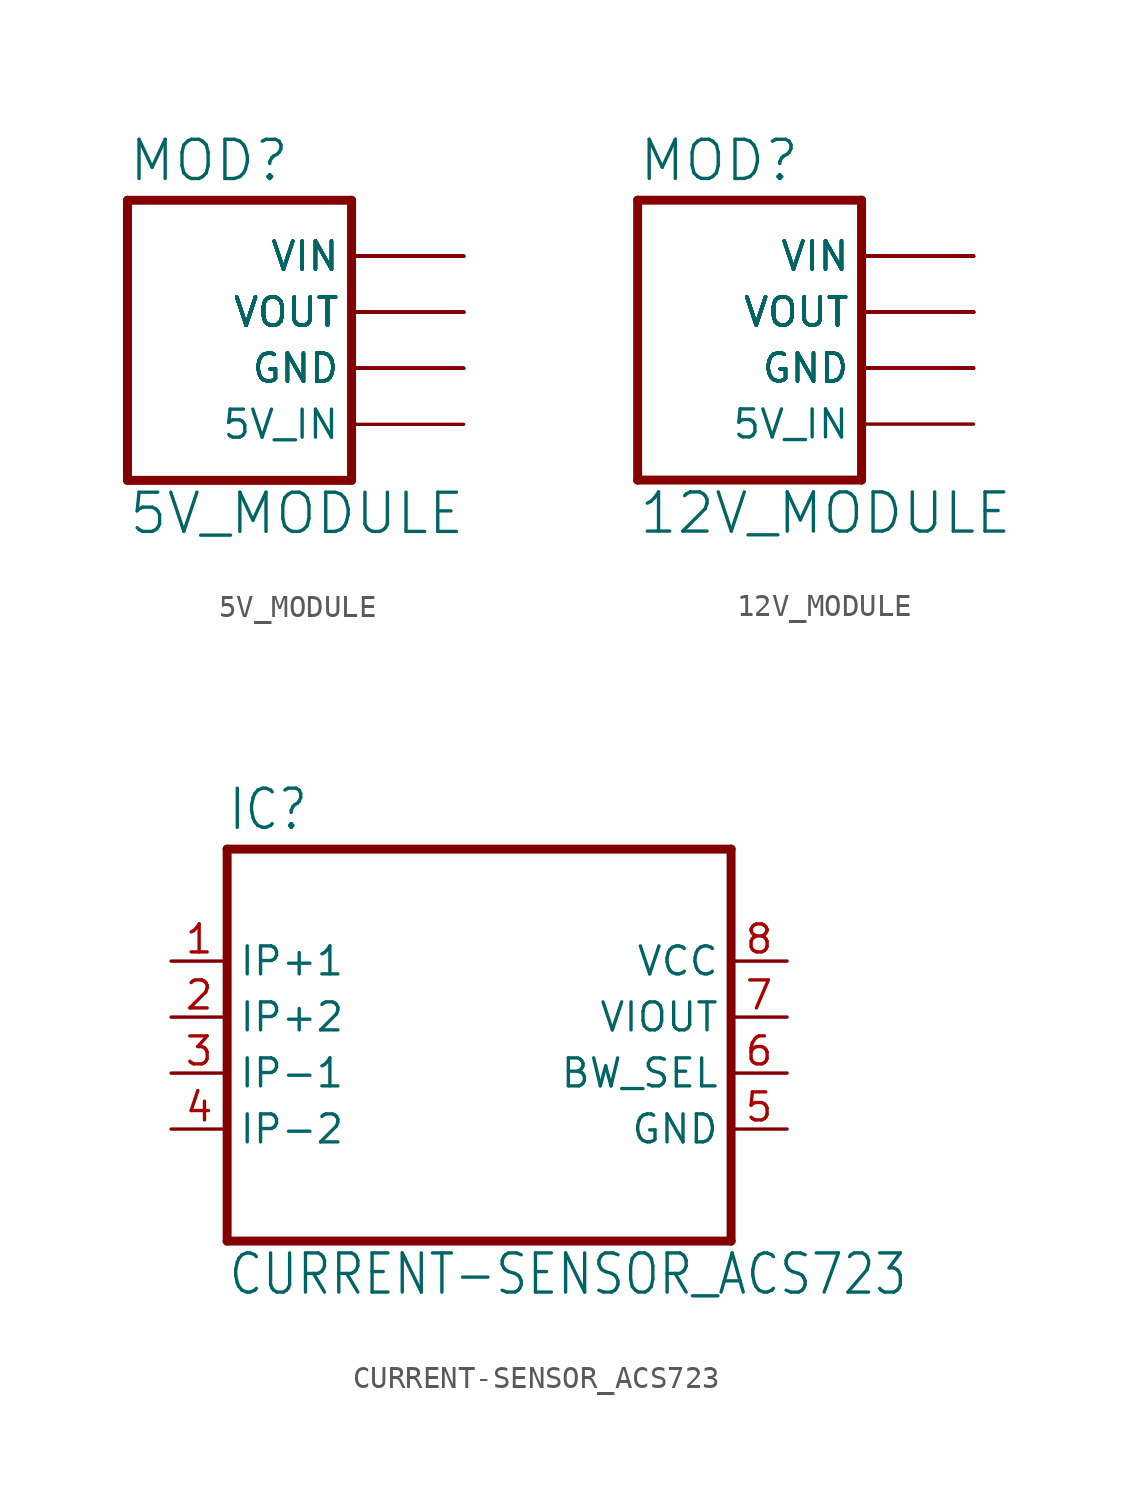
<source format=kicad_sym>
(kicad_symbol_lib
  (version 20211014)
  (generator kicad_symbol_editor)
  (symbol "5V_MODULE"
    (property "Reference" "MOD"
      (at 0 13.462 0)
      (effects (font (size 1.778 1.778)) (justify left bottom)))
    (property "Value" "5V_MODULE"
      (at 0 -2.54 0)
      (effects (font (size 1.778 1.778)) (justify left bottom)))
    (property "ki_locked" ""
      (at 0 0 0)
      (effects (font (size 1.27 1.27))))
    (symbol "5V_MODULE_1_0"
      (polyline (pts (xy 0 12.7) (xy 0 0)) (stroke (width 0.406) (type default) (color 0 0 0 0)) (fill (type none)))
      (polyline (pts (xy 0 12.7) (xy 10.16 12.7)) (stroke (width 0.406) (type default) (color 0 0 0 0)) (fill (type none)))
      (polyline (pts (xy 10.16 0) (xy 0 0)) (stroke (width 0.406) (type default) (color 0 0 0 0)) (fill (type none)))
      (polyline (pts (xy 10.16 0) (xy 10.16 12.7)) (stroke (width 0.406) (type default) (color 0 0 0 0)) (fill (type none)))
      (pin passive line (at 15.24 10.16 180) (length 5.08) (name "VIN" (effects (font (size 1.27 1.27)))) (number "P$1" (effects (font (size 0 0)))))
      (pin passive line (at 15.24 7.62 180) (length 5.08) (name "VOUT" (effects (font (size 1.27 1.27)))) (number "P$10" (effects (font (size 0 0)))))
      (pin passive line (at 15.24 7.62 180) (length 5.08) (name "VOUT" (effects (font (size 1.27 1.27)))) (number "P$11" (effects (font (size 0 0)))))
      (pin passive line (at 15.24 7.62 180) (length 5.08) (name "VOUT" (effects (font (size 1.27 1.27)))) (number "P$12" (effects (font (size 0 0)))))
      (pin passive line (at 15.24 7.62 180) (length 5.08) (name "VOUT" (effects (font (size 1.27 1.27)))) (number "P$13" (effects (font (size 0 0)))))
      (pin passive line (at 15.24 7.62 180) (length 5.08) (name "VOUT" (effects (font (size 1.27 1.27)))) (number "P$14" (effects (font (size 0 0)))))
      (pin passive line (at 15.24 7.62 180) (length 5.08) (name "VOUT" (effects (font (size 1.27 1.27)))) (number "P$15" (effects (font (size 0 0)))))
      (pin passive line (at 15.24 7.62 180) (length 5.08) (name "VOUT" (effects (font (size 1.27 1.27)))) (number "P$16" (effects (font (size 0 0)))))
      (pin passive line (at 15.24 7.62 180) (length 5.08) (name "VOUT" (effects (font (size 1.27 1.27)))) (number "P$17" (effects (font (size 0 0)))))
      (pin passive line (at 15.24 7.62 180) (length 5.08) (name "VOUT" (effects (font (size 1.27 1.27)))) (number "P$18" (effects (font (size 0 0)))))
      (pin passive line (at 15.24 7.62 180) (length 5.08) (name "VOUT" (effects (font (size 1.27 1.27)))) (number "P$19" (effects (font (size 0 0)))))
      (pin passive line (at 15.24 10.16 180) (length 5.08) (name "VIN" (effects (font (size 1.27 1.27)))) (number "P$2" (effects (font (size 0 0)))))
      (pin passive line (at 15.24 7.62 180) (length 5.08) (name "VOUT" (effects (font (size 1.27 1.27)))) (number "P$20" (effects (font (size 0 0)))))
      (pin passive line (at 15.24 7.62 180) (length 5.08) (name "VOUT" (effects (font (size 1.27 1.27)))) (number "P$21" (effects (font (size 0 0)))))
      (pin passive line (at 15.24 7.62 180) (length 5.08) (name "VOUT" (effects (font (size 1.27 1.27)))) (number "P$22" (effects (font (size 0 0)))))
      (pin passive line (at 15.24 7.62 180) (length 5.08) (name "VOUT" (effects (font (size 1.27 1.27)))) (number "P$23" (effects (font (size 0 0)))))
      (pin passive line (at 15.24 7.62 180) (length 5.08) (name "VOUT" (effects (font (size 1.27 1.27)))) (number "P$24" (effects (font (size 0 0)))))
      (pin passive line (at 15.24 5.08 180) (length 5.08) (name "GND" (effects (font (size 1.27 1.27)))) (number "P$25" (effects (font (size 0 0)))))
      (pin passive line (at 15.24 5.08 180) (length 5.08) (name "GND" (effects (font (size 1.27 1.27)))) (number "P$26" (effects (font (size 0 0)))))
      (pin passive line (at 15.24 5.08 180) (length 5.08) (name "GND" (effects (font (size 1.27 1.27)))) (number "P$27" (effects (font (size 0 0)))))
      (pin passive line (at 15.24 5.08 180) (length 5.08) (name "GND" (effects (font (size 1.27 1.27)))) (number "P$28" (effects (font (size 0 0)))))
      (pin passive line (at 15.24 5.08 180) (length 5.08) (name "GND" (effects (font (size 1.27 1.27)))) (number "P$29" (effects (font (size 0 0)))))
      (pin passive line (at 15.24 10.16 180) (length 5.08) (name "VIN" (effects (font (size 1.27 1.27)))) (number "P$3" (effects (font (size 0 0)))))
      (pin passive line (at 15.24 5.08 180) (length 5.08) (name "GND" (effects (font (size 1.27 1.27)))) (number "P$30" (effects (font (size 0 0)))))
      (pin passive line (at 15.24 5.08 180) (length 5.08) (name "GND" (effects (font (size 1.27 1.27)))) (number "P$31" (effects (font (size 0 0)))))
      (pin bidirectional line (at 15.24 2.54 180) (length 5.08) (name "5V_IN" (effects (font (size 1.27 1.27)))) (number "P$32" (effects (font (size 0 0)))))
      (pin passive line (at 15.24 10.16 180) (length 5.08) (name "VIN" (effects (font (size 1.27 1.27)))) (number "P$4" (effects (font (size 0 0)))))
      (pin passive line (at 15.24 10.16 180) (length 5.08) (name "VIN" (effects (font (size 1.27 1.27)))) (number "P$5" (effects (font (size 0 0)))))
      (pin passive line (at 15.24 10.16 180) (length 5.08) (name "VIN" (effects (font (size 1.27 1.27)))) (number "P$6" (effects (font (size 0 0)))))
      (pin passive line (at 15.24 10.16 180) (length 5.08) (name "VIN" (effects (font (size 1.27 1.27)))) (number "P$7" (effects (font (size 0 0)))))
      (pin passive line (at 15.24 10.16 180) (length 5.08) (name "VIN" (effects (font (size 1.27 1.27)))) (number "P$8" (effects (font (size 0 0)))))
      (pin passive line (at 15.24 7.62 180) (length 5.08) (name "VOUT" (effects (font (size 1.27 1.27)))) (number "P$9" (effects (font (size 0 0)))))))
  (symbol "12V_MODULE"
    (property "Reference" "MOD"
      (at 0 13.462 0)
      (effects (font (size 1.778 1.778)) (justify left bottom)))
    (property "Value" "12V_MODULE"
      (at 0 -2.54 0)
      (effects (font (size 1.778 1.778)) (justify left bottom)))
    (property "ki_locked" ""
      (at 0 0 0)
      (effects (font (size 1.27 1.27))))
    (symbol "12V_MODULE_1_0"
      (polyline (pts (xy 0 12.7) (xy 0 0)) (stroke (width 0.406) (type default) (color 0 0 0 0)) (fill (type none)))
      (polyline (pts (xy 0 12.7) (xy 10.16 12.7)) (stroke (width 0.406) (type default) (color 0 0 0 0)) (fill (type none)))
      (polyline (pts (xy 10.16 0) (xy 0 0)) (stroke (width 0.406) (type default) (color 0 0 0 0)) (fill (type none)))
      (polyline (pts (xy 10.16 0) (xy 10.16 12.7)) (stroke (width 0.406) (type default) (color 0 0 0 0)) (fill (type none)))
      (pin passive line (at 15.24 10.16 180) (length 5.08) (name "VIN" (effects (font (size 1.27 1.27)))) (number "P$1" (effects (font (size 0 0)))))
      (pin passive line (at 15.24 7.62 180) (length 5.08) (name "VOUT" (effects (font (size 1.27 1.27)))) (number "P$10" (effects (font (size 0 0)))))
      (pin passive line (at 15.24 7.62 180) (length 5.08) (name "VOUT" (effects (font (size 1.27 1.27)))) (number "P$11" (effects (font (size 0 0)))))
      (pin passive line (at 15.24 7.62 180) (length 5.08) (name "VOUT" (effects (font (size 1.27 1.27)))) (number "P$12" (effects (font (size 0 0)))))
      (pin passive line (at 15.24 7.62 180) (length 5.08) (name "VOUT" (effects (font (size 1.27 1.27)))) (number "P$13" (effects (font (size 0 0)))))
      (pin passive line (at 15.24 7.62 180) (length 5.08) (name "VOUT" (effects (font (size 1.27 1.27)))) (number "P$14" (effects (font (size 0 0)))))
      (pin passive line (at 15.24 7.62 180) (length 5.08) (name "VOUT" (effects (font (size 1.27 1.27)))) (number "P$15" (effects (font (size 0 0)))))
      (pin passive line (at 15.24 7.62 180) (length 5.08) (name "VOUT" (effects (font (size 1.27 1.27)))) (number "P$16" (effects (font (size 0 0)))))
      (pin passive line (at 15.24 7.62 180) (length 5.08) (name "VOUT" (effects (font (size 1.27 1.27)))) (number "P$17" (effects (font (size 0 0)))))
      (pin passive line (at 15.24 7.62 180) (length 5.08) (name "VOUT" (effects (font (size 1.27 1.27)))) (number "P$18" (effects (font (size 0 0)))))
      (pin passive line (at 15.24 7.62 180) (length 5.08) (name "VOUT" (effects (font (size 1.27 1.27)))) (number "P$19" (effects (font (size 0 0)))))
      (pin passive line (at 15.24 10.16 180) (length 5.08) (name "VIN" (effects (font (size 1.27 1.27)))) (number "P$2" (effects (font (size 0 0)))))
      (pin passive line (at 15.24 7.62 180) (length 5.08) (name "VOUT" (effects (font (size 1.27 1.27)))) (number "P$20" (effects (font (size 0 0)))))
      (pin passive line (at 15.24 7.62 180) (length 5.08) (name "VOUT" (effects (font (size 1.27 1.27)))) (number "P$21" (effects (font (size 0 0)))))
      (pin passive line (at 15.24 7.62 180) (length 5.08) (name "VOUT" (effects (font (size 1.27 1.27)))) (number "P$22" (effects (font (size 0 0)))))
      (pin passive line (at 15.24 7.62 180) (length 5.08) (name "VOUT" (effects (font (size 1.27 1.27)))) (number "P$23" (effects (font (size 0 0)))))
      (pin passive line (at 15.24 7.62 180) (length 5.08) (name "VOUT" (effects (font (size 1.27 1.27)))) (number "P$24" (effects (font (size 0 0)))))
      (pin passive line (at 15.24 5.08 180) (length 5.08) (name "GND" (effects (font (size 1.27 1.27)))) (number "P$25" (effects (font (size 0 0)))))
      (pin passive line (at 15.24 5.08 180) (length 5.08) (name "GND" (effects (font (size 1.27 1.27)))) (number "P$26" (effects (font (size 0 0)))))
      (pin passive line (at 15.24 5.08 180) (length 5.08) (name "GND" (effects (font (size 1.27 1.27)))) (number "P$27" (effects (font (size 0 0)))))
      (pin passive line (at 15.24 5.08 180) (length 5.08) (name "GND" (effects (font (size 1.27 1.27)))) (number "P$28" (effects (font (size 0 0)))))
      (pin passive line (at 15.24 5.08 180) (length 5.08) (name "GND" (effects (font (size 1.27 1.27)))) (number "P$29" (effects (font (size 0 0)))))
      (pin passive line (at 15.24 10.16 180) (length 5.08) (name "VIN" (effects (font (size 1.27 1.27)))) (number "P$3" (effects (font (size 0 0)))))
      (pin passive line (at 15.24 5.08 180) (length 5.08) (name "GND" (effects (font (size 1.27 1.27)))) (number "P$30" (effects (font (size 0 0)))))
      (pin passive line (at 15.24 5.08 180) (length 5.08) (name "GND" (effects (font (size 1.27 1.27)))) (number "P$31" (effects (font (size 0 0)))))
      (pin bidirectional line (at 15.24 2.54 180) (length 5.08) (name "5V_IN" (effects (font (size 1.27 1.27)))) (number "P$32" (effects (font (size 0 0)))))
      (pin passive line (at 15.24 10.16 180) (length 5.08) (name "VIN" (effects (font (size 1.27 1.27)))) (number "P$4" (effects (font (size 0 0)))))
      (pin passive line (at 15.24 10.16 180) (length 5.08) (name "VIN" (effects (font (size 1.27 1.27)))) (number "P$5" (effects (font (size 0 0)))))
      (pin passive line (at 15.24 10.16 180) (length 5.08) (name "VIN" (effects (font (size 1.27 1.27)))) (number "P$6" (effects (font (size 0 0)))))
      (pin passive line (at 15.24 10.16 180) (length 5.08) (name "VIN" (effects (font (size 1.27 1.27)))) (number "P$7" (effects (font (size 0 0)))))
      (pin passive line (at 15.24 10.16 180) (length 5.08) (name "VIN" (effects (font (size 1.27 1.27)))) (number "P$8" (effects (font (size 0 0)))))
      (pin passive line (at 15.24 7.62 180) (length 5.08) (name "VOUT" (effects (font (size 1.27 1.27)))) (number "P$9" (effects (font (size 0 0)))))))
  (symbol "CURRENT-SENSOR_ACS723"
    (property "Reference" "IC"
      (at 0 18.542 0)
      (effects (font (size 1.778 1.511)) (justify left bottom)))
    (property "Value" "CURRENT-SENSOR_ACS723"
      (at 0 -2.54 0)
      (effects (font (size 1.778 1.511)) (justify left bottom)))
    (property "ki_locked" ""
      (at 0 0 0)
      (effects (font (size 1.27 1.27))))
    (symbol "CURRENT-SENSOR_ACS723_1_0"
      (polyline (pts (xy 0 0) (xy 22.86 0)) (stroke (width 0.406) (type default) (color 0 0 0 0)) (fill (type none)))
      (polyline (pts (xy 0 17.78) (xy 0 0)) (stroke (width 0.406) (type default) (color 0 0 0 0)) (fill (type none)))
      (polyline (pts (xy 22.86 0) (xy 22.86 17.78)) (stroke (width 0.406) (type default) (color 0 0 0 0)) (fill (type none)))
      (polyline (pts (xy 22.86 17.78) (xy 0 17.78)) (stroke (width 0.406) (type default) (color 0 0 0 0)) (fill (type none)))
      (pin bidirectional line (at -2.54 12.7 0) (length 2.54) (name "IP+1" (effects (font (size 1.27 1.27)))) (number "1" (effects (font (size 1.27 1.27)))))
      (pin bidirectional line (at -2.54 10.16 0) (length 2.54) (name "IP+2" (effects (font (size 1.27 1.27)))) (number "2" (effects (font (size 1.27 1.27)))))
      (pin bidirectional line (at -2.54 7.62 0) (length 2.54) (name "IP-1" (effects (font (size 1.27 1.27)))) (number "3" (effects (font (size 1.27 1.27)))))
      (pin bidirectional line (at -2.54 5.08 0) (length 2.54) (name "IP-2" (effects (font (size 1.27 1.27)))) (number "4" (effects (font (size 1.27 1.27)))))
      (pin bidirectional line (at 25.4 5.08 180) (length 2.54) (name "GND" (effects (font (size 1.27 1.27)))) (number "5" (effects (font (size 1.27 1.27)))))
      (pin bidirectional line (at 25.4 7.62 180) (length 2.54) (name "BW_SEL" (effects (font (size 1.27 1.27)))) (number "6" (effects (font (size 1.27 1.27)))))
      (pin bidirectional line (at 25.4 10.16 180) (length 2.54) (name "VIOUT" (effects (font (size 1.27 1.27)))) (number "7" (effects (font (size 1.27 1.27)))))
      (pin bidirectional line (at 25.4 12.7 180) (length 2.54) (name "VCC" (effects (font (size 1.27 1.27)))) (number "8" (effects (font (size 1.27 1.27))))))))
</source>
